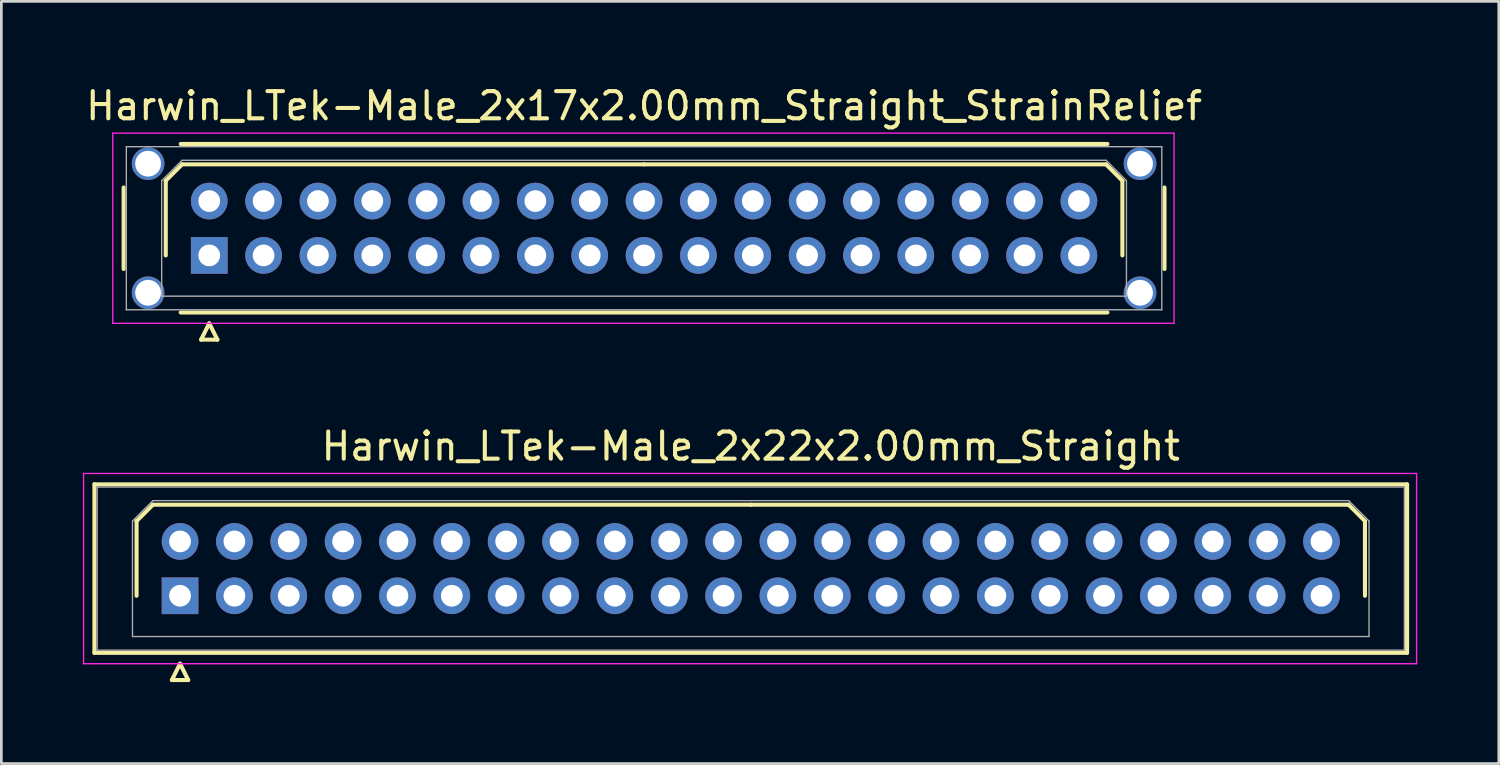
<source format=kicad_pcb>
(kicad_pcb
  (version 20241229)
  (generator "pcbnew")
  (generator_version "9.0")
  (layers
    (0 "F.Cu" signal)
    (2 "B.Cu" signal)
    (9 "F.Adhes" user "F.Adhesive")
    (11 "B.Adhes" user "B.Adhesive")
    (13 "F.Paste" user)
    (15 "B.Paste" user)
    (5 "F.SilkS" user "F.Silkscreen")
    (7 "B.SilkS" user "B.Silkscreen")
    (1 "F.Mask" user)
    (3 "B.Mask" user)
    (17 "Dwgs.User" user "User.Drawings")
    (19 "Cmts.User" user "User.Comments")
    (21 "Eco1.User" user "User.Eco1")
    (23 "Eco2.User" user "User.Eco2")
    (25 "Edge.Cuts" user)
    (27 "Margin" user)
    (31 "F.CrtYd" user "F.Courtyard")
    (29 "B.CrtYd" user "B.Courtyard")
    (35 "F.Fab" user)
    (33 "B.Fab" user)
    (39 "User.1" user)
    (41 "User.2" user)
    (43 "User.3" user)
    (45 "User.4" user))
  (footprint "Harwin_LTek-Male_2x22x2.00mm_Straight"
    (layer "F.Cu")
    (at 3.575 18.872)
    (property "Reference" "Harwin_LTek-Male_2x22x2.00mm_Straight" (at 21 -5.5 0) (layer "F.SilkS") (effects (font (size 1 1) (thickness 0.15))))
    (attr through_hole)
    (fp_line (start -3.15 -4.1) (end -3.15 2.1) (stroke (width 0.15) (type solid)) (layer "F.SilkS"))
    (fp_line (start -3.15 2.1) (end 45.15 2.1) (stroke (width 0.15) (type solid)) (layer "F.SilkS"))
    (fp_line (start -1.6 -2.75) (end -1 -3.35) (stroke (width 0.15) (type solid)) (layer "F.SilkS"))
    (fp_line (start -1.6 0) (end -1.6 -2.75) (stroke (width 0.15) (type solid)) (layer "F.SilkS"))
    (fp_line (start -1 -3.35) (end 21 -3.35) (stroke (width 0.15) (type solid)) (layer "F.SilkS"))
    (fp_line (start -0.3 3.1) (end 0.3 3.1) (stroke (width 0.15) (type solid)) (layer "F.SilkS"))
    (fp_line (start 0 2.5) (end -0.3 3.1) (stroke (width 0.15) (type solid)) (layer "F.SilkS"))
    (fp_line (start 0.3 3.1) (end 0 2.5) (stroke (width 0.15) (type solid)) (layer "F.SilkS"))
    (fp_line (start 43 -3.35) (end 21 -3.35) (stroke (width 0.15) (type solid)) (layer "F.SilkS"))
    (fp_line (start 43.6 -2.75) (end 43 -3.35) (stroke (width 0.15) (type solid)) (layer "F.SilkS"))
    (fp_line (start 43.6 0) (end 43.6 -2.75) (stroke (width 0.15) (type solid)) (layer "F.SilkS"))
    (fp_line (start 45.15 -4.1) (end -3.15 -4.1) (stroke (width 0.15) (type solid)) (layer "F.SilkS"))
    (fp_line (start 45.15 2.1) (end 45.15 -4.1) (stroke (width 0.15) (type solid)) (layer "F.SilkS"))
    (fp_line (start -3.55 -4.5) (end -3.55 2.5) (stroke (width 0.05) (type solid)) (layer "F.CrtYd"))
    (fp_line (start -3.55 2.5) (end 45.5 2.5) (stroke (width 0.05) (type solid)) (layer "F.CrtYd"))
    (fp_line (start 45.5 -4.5) (end -3.55 -4.5) (stroke (width 0.05) (type solid)) (layer "F.CrtYd"))
    (fp_line (start 45.5 2.5) (end 45.5 -4.5) (stroke (width 0.05) (type solid)) (layer "F.CrtYd"))
    (fp_line (start -3.05 -4) (end -3.05 2) (stroke (width 0.05) (type solid)) (layer "F.Fab"))
    (fp_line (start -3.05 2) (end 45.05 2) (stroke (width 0.05) (type solid)) (layer "F.Fab"))
    (fp_line (start -1.75 -2.75) (end -1 -3.5) (stroke (width 0.05) (type solid)) (layer "F.Fab"))
    (fp_line (start -1.75 1.5) (end -1.75 -2.75) (stroke (width 0.05) (type solid)) (layer "F.Fab"))
    (fp_line (start -1 -3.5) (end 43 -3.5) (stroke (width 0.05) (type solid)) (layer "F.Fab"))
    (fp_line (start 43 -3.5) (end 43.75 -2.75) (stroke (width 0.05) (type solid)) (layer "F.Fab"))
    (fp_line (start 43.75 -2.75) (end 43.75 1.5) (stroke (width 0.05) (type solid)) (layer "F.Fab"))
    (fp_line (start 43.75 1.5) (end -1.75 1.5) (stroke (width 0.05) (type solid)) (layer "F.Fab"))
    (fp_line (start 45.05 -4) (end -3.05 -4) (stroke (width 0.05) (type solid)) (layer "F.Fab"))
    (fp_line (start 45.05 2) (end 45.05 -4) (stroke (width 0.05) (type solid)) (layer "F.Fab"))
    (pad "1" thru_hole rect (at 0 0) (size 1.35 1.35) (drill 0.8) (layers "*.Cu" "*.Mask"))
    (pad "2" thru_hole circle (at 0 -2) (size 1.35 1.35) (drill 0.8) (layers "*.Cu" "*.Mask"))
    (pad "3" thru_hole circle (at 2 0) (size 1.35 1.35) (drill 0.8) (layers "*.Cu" "*.Mask"))
    (pad "4" thru_hole circle (at 2 -2) (size 1.35 1.35) (drill 0.8) (layers "*.Cu" "*.Mask"))
    (pad "5" thru_hole circle (at 4 0) (size 1.35 1.35) (drill 0.8) (layers "*.Cu" "*.Mask"))
    (pad "6" thru_hole circle (at 4 -2) (size 1.35 1.35) (drill 0.8) (layers "*.Cu" "*.Mask"))
    (pad "7" thru_hole circle (at 6 0) (size 1.35 1.35) (drill 0.8) (layers "*.Cu" "*.Mask"))
    (pad "8" thru_hole circle (at 6 -2) (size 1.35 1.35) (drill 0.8) (layers "*.Cu" "*.Mask"))
    (pad "9" thru_hole circle (at 8 0) (size 1.35 1.35) (drill 0.8) (layers "*.Cu" "*.Mask"))
    (pad "10" thru_hole circle (at 8 -2) (size 1.35 1.35) (drill 0.8) (layers "*.Cu" "*.Mask"))
    (pad "11" thru_hole circle (at 10 0) (size 1.35 1.35) (drill 0.8) (layers "*.Cu" "*.Mask"))
    (pad "12" thru_hole circle (at 10 -2) (size 1.35 1.35) (drill 0.8) (layers "*.Cu" "*.Mask"))
    (pad "13" thru_hole circle (at 12 0) (size 1.35 1.35) (drill 0.8) (layers "*.Cu" "*.Mask"))
    (pad "14" thru_hole circle (at 12 -2) (size 1.35 1.35) (drill 0.8) (layers "*.Cu" "*.Mask"))
    (pad "15" thru_hole circle (at 14 0) (size 1.35 1.35) (drill 0.8) (layers "*.Cu" "*.Mask"))
    (pad "16" thru_hole circle (at 14 -2) (size 1.35 1.35) (drill 0.8) (layers "*.Cu" "*.Mask"))
    (pad "17" thru_hole circle (at 16 0) (size 1.35 1.35) (drill 0.8) (layers "*.Cu" "*.Mask"))
    (pad "18" thru_hole circle (at 16 -2) (size 1.35 1.35) (drill 0.8) (layers "*.Cu" "*.Mask"))
    (pad "19" thru_hole circle (at 18 0) (size 1.35 1.35) (drill 0.8) (layers "*.Cu" "*.Mask"))
    (pad "20" thru_hole circle (at 18 -2) (size 1.35 1.35) (drill 0.8) (layers "*.Cu" "*.Mask"))
    (pad "21" thru_hole circle (at 20 0) (size 1.35 1.35) (drill 0.8) (layers "*.Cu" "*.Mask"))
    (pad "22" thru_hole circle (at 20 -2) (size 1.35 1.35) (drill 0.8) (layers "*.Cu" "*.Mask"))
    (pad "23" thru_hole circle (at 22 0) (size 1.35 1.35) (drill 0.8) (layers "*.Cu" "*.Mask"))
    (pad "24" thru_hole circle (at 22 -2) (size 1.35 1.35) (drill 0.8) (layers "*.Cu" "*.Mask"))
    (pad "25" thru_hole circle (at 24 0) (size 1.35 1.35) (drill 0.8) (layers "*.Cu" "*.Mask"))
    (pad "26" thru_hole circle (at 24 -2) (size 1.35 1.35) (drill 0.8) (layers "*.Cu" "*.Mask"))
    (pad "27" thru_hole circle (at 26 0) (size 1.35 1.35) (drill 0.8) (layers "*.Cu" "*.Mask"))
    (pad "28" thru_hole circle (at 26 -2) (size 1.35 1.35) (drill 0.8) (layers "*.Cu" "*.Mask"))
    (pad "29" thru_hole circle (at 28 0) (size 1.35 1.35) (drill 0.8) (layers "*.Cu" "*.Mask"))
    (pad "30" thru_hole circle (at 28 -2) (size 1.35 1.35) (drill 0.8) (layers "*.Cu" "*.Mask"))
    (pad "31" thru_hole circle (at 30 0) (size 1.35 1.35) (drill 0.8) (layers "*.Cu" "*.Mask"))
    (pad "32" thru_hole circle (at 30 -2) (size 1.35 1.35) (drill 0.8) (layers "*.Cu" "*.Mask"))
    (pad "33" thru_hole circle (at 32 0) (size 1.35 1.35) (drill 0.8) (layers "*.Cu" "*.Mask"))
    (pad "34" thru_hole circle (at 32 -2) (size 1.35 1.35) (drill 0.8) (layers "*.Cu" "*.Mask"))
    (pad "35" thru_hole circle (at 34 0) (size 1.35 1.35) (drill 0.8) (layers "*.Cu" "*.Mask"))
    (pad "36" thru_hole circle (at 34 -2) (size 1.35 1.35) (drill 0.8) (layers "*.Cu" "*.Mask"))
    (pad "37" thru_hole circle (at 36 0) (size 1.35 1.35) (drill 0.8) (layers "*.Cu" "*.Mask"))
    (pad "38" thru_hole circle (at 36 -2) (size 1.35 1.35) (drill 0.8) (layers "*.Cu" "*.Mask"))
    (pad "39" thru_hole circle (at 38 0) (size 1.35 1.35) (drill 0.8) (layers "*.Cu" "*.Mask"))
    (pad "40" thru_hole circle (at 38 -2) (size 1.35 1.35) (drill 0.8) (layers "*.Cu" "*.Mask"))
    (pad "41" thru_hole circle (at 40 0) (size 1.35 1.35) (drill 0.8) (layers "*.Cu" "*.Mask"))
    (pad "42" thru_hole circle (at 40 -2) (size 1.35 1.35) (drill 0.8) (layers "*.Cu" "*.Mask"))
    (pad "43" thru_hole circle (at 42 0) (size 1.35 1.35) (drill 0.8) (layers "*.Cu" "*.Mask"))
    (pad "44" thru_hole circle (at 42 -2) (size 1.35 1.35) (drill 0.8) (layers "*.Cu" "*.Mask")))
  (footprint "Harwin_LTek-Male_2x17x2.00mm_Straight_StrainRelief"
    (layer "F.Cu")
    (at 4.649 6.348)
    (property "Reference" "Harwin_LTek-Male_2x17x2.00mm_Straight_StrainRelief" (at 16 -5.5 0) (layer "F.SilkS") (effects (font (size 1 1) (thickness 0.15))))
    (attr through_hole)
    (fp_line (start -3.15 -2.5) (end -3.15 0.5) (stroke (width 0.15) (type solid)) (layer "F.SilkS"))
    (fp_line (start -1.6 -2.75) (end -1 -3.35) (stroke (width 0.15) (type solid)) (layer "F.SilkS"))
    (fp_line (start -1.6 0) (end -1.6 -2.75) (stroke (width 0.15) (type solid)) (layer "F.SilkS"))
    (fp_line (start -1.05 -4.1) (end 33.05 -4.1) (stroke (width 0.15) (type solid)) (layer "F.SilkS"))
    (fp_line (start -1.05 2.1) (end 33.05 2.1) (stroke (width 0.15) (type solid)) (layer "F.SilkS"))
    (fp_line (start -1 -3.35) (end 16 -3.35) (stroke (width 0.15) (type solid)) (layer "F.SilkS"))
    (fp_line (start -0.3 3.1) (end 0.3 3.1) (stroke (width 0.15) (type solid)) (layer "F.SilkS"))
    (fp_line (start 0 2.5) (end -0.3 3.1) (stroke (width 0.15) (type solid)) (layer "F.SilkS"))
    (fp_line (start 0.3 3.1) (end 0 2.5) (stroke (width 0.15) (type solid)) (layer "F.SilkS"))
    (fp_line (start 33 -3.35) (end 16 -3.35) (stroke (width 0.15) (type solid)) (layer "F.SilkS"))
    (fp_line (start 33.6 -2.75) (end 33 -3.35) (stroke (width 0.15) (type solid)) (layer "F.SilkS"))
    (fp_line (start 33.6 0) (end 33.6 -2.75) (stroke (width 0.15) (type solid)) (layer "F.SilkS"))
    (fp_line (start 35.15 -2.5) (end 35.15 0.5) (stroke (width 0.15) (type solid)) (layer "F.SilkS"))
    (fp_line (start -3.55 -4.5) (end -3.55 2.5) (stroke (width 0.05) (type solid)) (layer "F.CrtYd"))
    (fp_line (start -3.55 2.5) (end 35.5 2.5) (stroke (width 0.05) (type solid)) (layer "F.CrtYd"))
    (fp_line (start 35.5 -4.5) (end -3.55 -4.5) (stroke (width 0.05) (type solid)) (layer "F.CrtYd"))
    (fp_line (start 35.5 2.5) (end 35.5 -4.5) (stroke (width 0.05) (type solid)) (layer "F.CrtYd"))
    (fp_line (start -3.05 -4) (end -3.05 2) (stroke (width 0.05) (type solid)) (layer "F.Fab"))
    (fp_line (start -3.05 2) (end 35.05 2) (stroke (width 0.05) (type solid)) (layer "F.Fab"))
    (fp_line (start -1.75 -2.75) (end -1 -3.5) (stroke (width 0.05) (type solid)) (layer "F.Fab"))
    (fp_line (start -1.75 1.5) (end -1.75 -2.75) (stroke (width 0.05) (type solid)) (layer "F.Fab"))
    (fp_line (start -1 -3.5) (end 33 -3.5) (stroke (width 0.05) (type solid)) (layer "F.Fab"))
    (fp_line (start 33 -3.5) (end 33.75 -2.75) (stroke (width 0.05) (type solid)) (layer "F.Fab"))
    (fp_line (start 33.75 -2.75) (end 33.75 1.5) (stroke (width 0.05) (type solid)) (layer "F.Fab"))
    (fp_line (start 33.75 1.5) (end -1.75 1.5) (stroke (width 0.05) (type solid)) (layer "F.Fab"))
    (fp_line (start 35.05 -4) (end -3.05 -4) (stroke (width 0.05) (type solid)) (layer "F.Fab"))
    (fp_line (start 35.05 2) (end 35.05 -4) (stroke (width 0.05) (type solid)) (layer "F.Fab"))
    (pad "" thru_hole circle (at -2.25 -3.375) (size 1.2 1.2) (drill 0.95) (layers "*.Cu" "*.Mask"))
    (pad "" thru_hole circle (at -2.25 1.375) (size 1.2 1.2) (drill 0.95) (layers "*.Cu" "*.Mask"))
    (pad "" thru_hole circle (at 34.25 -3.375) (size 1.2 1.2) (drill 0.95) (layers "*.Cu" "*.Mask"))
    (pad "" thru_hole circle (at 34.25 1.375) (size 1.2 1.2) (drill 0.95) (layers "*.Cu" "*.Mask"))
    (pad "1" thru_hole rect (at 0 0) (size 1.35 1.35) (drill 0.8) (layers "*.Cu" "*.Mask"))
    (pad "2" thru_hole circle (at 0 -2) (size 1.35 1.35) (drill 0.8) (layers "*.Cu" "*.Mask"))
    (pad "3" thru_hole circle (at 2 0) (size 1.35 1.35) (drill 0.8) (layers "*.Cu" "*.Mask"))
    (pad "4" thru_hole circle (at 2 -2) (size 1.35 1.35) (drill 0.8) (layers "*.Cu" "*.Mask"))
    (pad "5" thru_hole circle (at 4 0) (size 1.35 1.35) (drill 0.8) (layers "*.Cu" "*.Mask"))
    (pad "6" thru_hole circle (at 4 -2) (size 1.35 1.35) (drill 0.8) (layers "*.Cu" "*.Mask"))
    (pad "7" thru_hole circle (at 6 0) (size 1.35 1.35) (drill 0.8) (layers "*.Cu" "*.Mask"))
    (pad "8" thru_hole circle (at 6 -2) (size 1.35 1.35) (drill 0.8) (layers "*.Cu" "*.Mask"))
    (pad "9" thru_hole circle (at 8 0) (size 1.35 1.35) (drill 0.8) (layers "*.Cu" "*.Mask"))
    (pad "10" thru_hole circle (at 8 -2) (size 1.35 1.35) (drill 0.8) (layers "*.Cu" "*.Mask"))
    (pad "11" thru_hole circle (at 10 0) (size 1.35 1.35) (drill 0.8) (layers "*.Cu" "*.Mask"))
    (pad "12" thru_hole circle (at 10 -2) (size 1.35 1.35) (drill 0.8) (layers "*.Cu" "*.Mask"))
    (pad "13" thru_hole circle (at 12 0) (size 1.35 1.35) (drill 0.8) (layers "*.Cu" "*.Mask"))
    (pad "14" thru_hole circle (at 12 -2) (size 1.35 1.35) (drill 0.8) (layers "*.Cu" "*.Mask"))
    (pad "15" thru_hole circle (at 14 0) (size 1.35 1.35) (drill 0.8) (layers "*.Cu" "*.Mask"))
    (pad "16" thru_hole circle (at 14 -2) (size 1.35 1.35) (drill 0.8) (layers "*.Cu" "*.Mask"))
    (pad "17" thru_hole circle (at 16 0) (size 1.35 1.35) (drill 0.8) (layers "*.Cu" "*.Mask"))
    (pad "18" thru_hole circle (at 16 -2) (size 1.35 1.35) (drill 0.8) (layers "*.Cu" "*.Mask"))
    (pad "19" thru_hole circle (at 18 0) (size 1.35 1.35) (drill 0.8) (layers "*.Cu" "*.Mask"))
    (pad "20" thru_hole circle (at 18 -2) (size 1.35 1.35) (drill 0.8) (layers "*.Cu" "*.Mask"))
    (pad "21" thru_hole circle (at 20 0) (size 1.35 1.35) (drill 0.8) (layers "*.Cu" "*.Mask"))
    (pad "22" thru_hole circle (at 20 -2) (size 1.35 1.35) (drill 0.8) (layers "*.Cu" "*.Mask"))
    (pad "23" thru_hole circle (at 22 0) (size 1.35 1.35) (drill 0.8) (layers "*.Cu" "*.Mask"))
    (pad "24" thru_hole circle (at 22 -2) (size 1.35 1.35) (drill 0.8) (layers "*.Cu" "*.Mask"))
    (pad "25" thru_hole circle (at 24 0) (size 1.35 1.35) (drill 0.8) (layers "*.Cu" "*.Mask"))
    (pad "26" thru_hole circle (at 24 -2) (size 1.35 1.35) (drill 0.8) (layers "*.Cu" "*.Mask"))
    (pad "27" thru_hole circle (at 26 0) (size 1.35 1.35) (drill 0.8) (layers "*.Cu" "*.Mask"))
    (pad "28" thru_hole circle (at 26 -2) (size 1.35 1.35) (drill 0.8) (layers "*.Cu" "*.Mask"))
    (pad "29" thru_hole circle (at 28 0) (size 1.35 1.35) (drill 0.8) (layers "*.Cu" "*.Mask"))
    (pad "30" thru_hole circle (at 28 -2) (size 1.35 1.35) (drill 0.8) (layers "*.Cu" "*.Mask"))
    (pad "31" thru_hole circle (at 30 0) (size 1.35 1.35) (drill 0.8) (layers "*.Cu" "*.Mask"))
    (pad "32" thru_hole circle (at 30 -2) (size 1.35 1.35) (drill 0.8) (layers "*.Cu" "*.Mask"))
    (pad "33" thru_hole circle (at 32 0) (size 1.35 1.35) (drill 0.8) (layers "*.Cu" "*.Mask"))
    (pad "34" thru_hole circle (at 32 -2) (size 1.35 1.35) (drill 0.8) (layers "*.Cu" "*.Mask")))
  (gr_rect
    (start -3 -3)
    (end 52.1 25.047)
    (stroke (width 0.1) (type default))
    (fill no)
    (layer "Edge.Cuts")))
</source>
